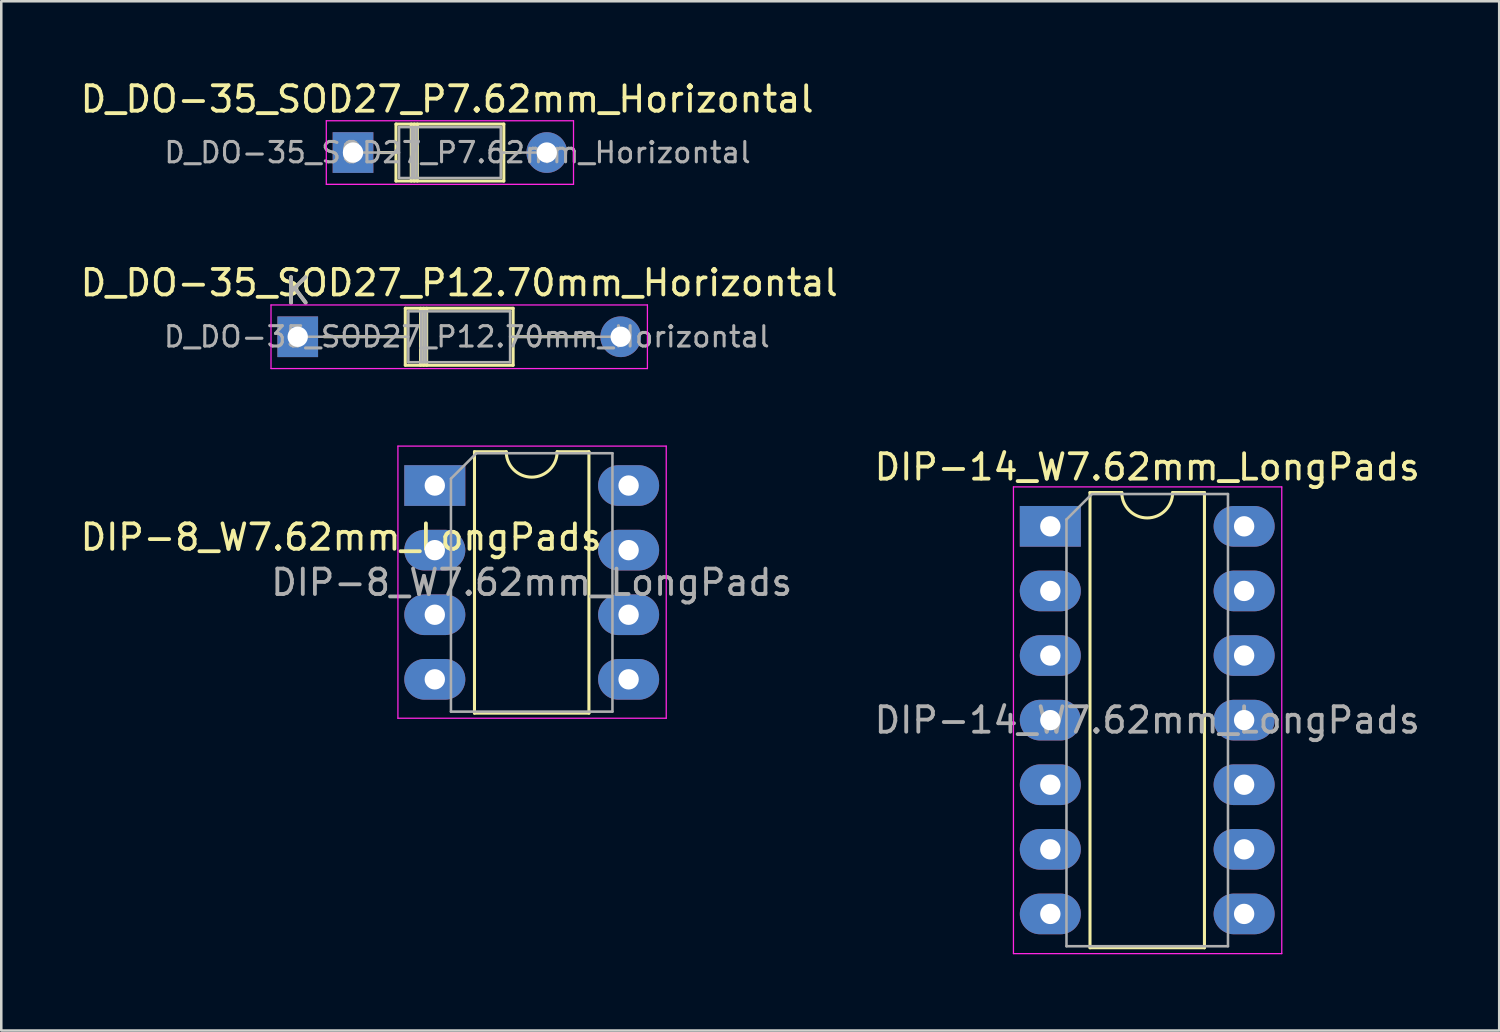
<source format=kicad_pcb>
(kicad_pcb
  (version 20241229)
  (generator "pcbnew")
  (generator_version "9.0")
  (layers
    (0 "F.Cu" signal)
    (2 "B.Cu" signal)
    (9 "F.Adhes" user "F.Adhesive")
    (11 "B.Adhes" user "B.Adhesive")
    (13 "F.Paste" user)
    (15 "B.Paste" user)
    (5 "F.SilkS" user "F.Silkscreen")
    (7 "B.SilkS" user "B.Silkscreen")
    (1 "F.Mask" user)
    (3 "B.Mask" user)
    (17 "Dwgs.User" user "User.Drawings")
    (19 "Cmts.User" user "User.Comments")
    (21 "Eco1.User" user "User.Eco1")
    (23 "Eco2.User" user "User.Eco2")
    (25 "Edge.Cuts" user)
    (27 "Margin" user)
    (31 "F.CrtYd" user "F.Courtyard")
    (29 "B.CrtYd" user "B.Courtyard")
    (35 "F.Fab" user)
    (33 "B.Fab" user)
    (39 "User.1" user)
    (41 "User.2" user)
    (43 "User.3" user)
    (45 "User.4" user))
  (footprint "DIP-8_W7.62mm_LongPads"
    (layer "F.Cu")
    (at 14.046 16.041)
    (property "Reference" "DIP-8_W7.62mm_LongPads" (at -3.683 2.032 0) (layer "F.SilkS") (effects (font (size 1 1) (thickness 0.15))))
    (attr through_hole)
    (fp_line (start 1.56 -1.33) (end 1.56 8.95) (stroke (width 0.12) (type solid)) (layer "F.SilkS"))
    (fp_line (start 1.56 8.95) (end 6.06 8.95) (stroke (width 0.12) (type solid)) (layer "F.SilkS"))
    (fp_line (start 2.81 -1.33) (end 1.56 -1.33) (stroke (width 0.12) (type solid)) (layer "F.SilkS"))
    (fp_line (start 6.06 -1.33) (end 4.81 -1.33) (stroke (width 0.12) (type solid)) (layer "F.SilkS"))
    (fp_line (start 6.06 8.95) (end 6.06 -1.33) (stroke (width 0.12) (type solid)) (layer "F.SilkS"))
    (fp_arc (start 4.81 -1.33) (mid 3.81 -0.33) (end 2.81 -1.33) (stroke (width 0.12) (type solid)) (layer "F.SilkS"))
    (fp_line (start -1.45 -1.55) (end -1.45 9.15) (stroke (width 0.05) (type solid)) (layer "F.CrtYd"))
    (fp_line (start -1.45 9.15) (end 9.1 9.15) (stroke (width 0.05) (type solid)) (layer "F.CrtYd"))
    (fp_line (start 9.1 -1.55) (end -1.45 -1.55) (stroke (width 0.05) (type solid)) (layer "F.CrtYd"))
    (fp_line (start 9.1 9.15) (end 9.1 -1.55) (stroke (width 0.05) (type solid)) (layer "F.CrtYd"))
    (fp_line (start 0.635 -0.27) (end 1.635 -1.27) (stroke (width 0.1) (type solid)) (layer "F.Fab"))
    (fp_line (start 0.635 8.89) (end 0.635 -0.27) (stroke (width 0.1) (type solid)) (layer "F.Fab"))
    (fp_line (start 1.635 -1.27) (end 6.985 -1.27) (stroke (width 0.1) (type solid)) (layer "F.Fab"))
    (fp_line (start 6.985 -1.27) (end 6.985 8.89) (stroke (width 0.1) (type solid)) (layer "F.Fab"))
    (fp_line (start 6.985 8.89) (end 0.635 8.89) (stroke (width 0.1) (type solid)) (layer "F.Fab"))
    (fp_text user "${REFERENCE}" (at 3.81 3.81 0) (layer "F.Fab") (effects (font (size 1 1) (thickness 0.15))))
    (pad "1" thru_hole rect (at 0 0) (size 2.4 1.6) (drill 0.8) (layers "*.Cu" "*.Mask"))
    (pad "2" thru_hole oval (at 0 2.54) (size 2.4 1.6) (drill 0.8) (layers "*.Cu" "*.Mask"))
    (pad "3" thru_hole oval (at 0 5.08) (size 2.4 1.6) (drill 0.8) (layers "*.Cu" "*.Mask"))
    (pad "4" thru_hole oval (at 0 7.62) (size 2.4 1.6) (drill 0.8) (layers "*.Cu" "*.Mask"))
    (pad "5" thru_hole oval (at 7.62 7.62) (size 2.4 1.6) (drill 0.8) (layers "*.Cu" "*.Mask"))
    (pad "6" thru_hole oval (at 7.62 5.08) (size 2.4 1.6) (drill 0.8) (layers "*.Cu" "*.Mask"))
    (pad "7" thru_hole oval (at 7.62 2.54) (size 2.4 1.6) (drill 0.8) (layers "*.Cu" "*.Mask"))
    (pad "8" thru_hole oval (at 7.62 0) (size 2.4 1.6) (drill 0.8) (layers "*.Cu" "*.Mask")))
  (footprint "D_DO-35_SOD27_P7.62mm_Horizontal"
    (layer "F.Cu")
    (at 10.83 2.948)
    (property "Reference" "D_DO-35_SOD27_P7.62mm_Horizontal" (at 3.7 -2.1 0) (layer "F.SilkS") (effects (font (size 1 1) (thickness 0.15))))
    (attr through_hole)
    (fp_line (start 1.04 0) (end 1.69 0) (stroke (width 0.12) (type solid)) (layer "F.SilkS"))
    (fp_line (start 1.69 -1.12) (end 1.69 1.12) (stroke (width 0.12) (type solid)) (layer "F.SilkS"))
    (fp_line (start 1.69 1.12) (end 5.93 1.12) (stroke (width 0.12) (type solid)) (layer "F.SilkS"))
    (fp_line (start 2.29 -1.12) (end 2.29 1.12) (stroke (width 0.12) (type solid)) (layer "F.SilkS"))
    (fp_line (start 2.41 -1.12) (end 2.41 1.12) (stroke (width 0.12) (type solid)) (layer "F.SilkS"))
    (fp_line (start 2.53 -1.12) (end 2.53 1.12) (stroke (width 0.12) (type solid)) (layer "F.SilkS"))
    (fp_line (start 5.93 -1.12) (end 1.69 -1.12) (stroke (width 0.12) (type solid)) (layer "F.SilkS"))
    (fp_line (start 5.93 1.12) (end 5.93 -1.12) (stroke (width 0.12) (type solid)) (layer "F.SilkS"))
    (fp_line (start 6.58 0) (end 5.93 0) (stroke (width 0.12) (type solid)) (layer "F.SilkS"))
    (fp_line (start -1.05 -1.25) (end -1.05 1.25) (stroke (width 0.05) (type solid)) (layer "F.CrtYd"))
    (fp_line (start -1.05 1.25) (end 8.67 1.25) (stroke (width 0.05) (type solid)) (layer "F.CrtYd"))
    (fp_line (start 8.67 -1.25) (end -1.05 -1.25) (stroke (width 0.05) (type solid)) (layer "F.CrtYd"))
    (fp_line (start 8.67 1.25) (end 8.67 -1.25) (stroke (width 0.05) (type solid)) (layer "F.CrtYd"))
    (fp_line (start 0 0) (end 1.81 0) (stroke (width 0.1) (type solid)) (layer "F.Fab"))
    (fp_line (start 1.81 -1) (end 1.81 1) (stroke (width 0.1) (type solid)) (layer "F.Fab"))
    (fp_line (start 1.81 1) (end 5.81 1) (stroke (width 0.1) (type solid)) (layer "F.Fab"))
    (fp_line (start 2.31 -1) (end 2.31 1) (stroke (width 0.1) (type solid)) (layer "F.Fab"))
    (fp_line (start 2.41 -1) (end 2.41 1) (stroke (width 0.1) (type solid)) (layer "F.Fab"))
    (fp_line (start 2.51 -1) (end 2.51 1) (stroke (width 0.1) (type solid)) (layer "F.Fab"))
    (fp_line (start 5.81 -1) (end 1.81 -1) (stroke (width 0.1) (type solid)) (layer "F.Fab"))
    (fp_line (start 5.81 1) (end 5.81 -1) (stroke (width 0.1) (type solid)) (layer "F.Fab"))
    (fp_line (start 7.62 0) (end 5.81 0) (stroke (width 0.1) (type solid)) (layer "F.Fab"))
    (fp_text user "${REFERENCE}" (at 4.11 0 0) (layer "F.Fab") (effects (font (size 0.8 0.8) (thickness 0.12))))
    (pad "1" thru_hole rect (at 0 0) (size 1.6 1.6) (drill 0.8) (layers "*.Cu" "*.Mask"))
    (pad "2" thru_hole oval (at 7.62 0) (size 1.6 1.6) (drill 0.8) (layers "*.Cu" "*.Mask")))
  (footprint "DIP-14_W7.62mm_LongPads"
    (layer "F.Cu")
    (at 38.248 17.645)
    (property "Reference" "DIP-14_W7.62mm_LongPads" (at 3.81 -2.33 0) (layer "F.SilkS") (effects (font (size 1 1) (thickness 0.15))))
    (attr through_hole)
    (fp_line (start 1.56 -1.33) (end 1.56 16.57) (stroke (width 0.12) (type solid)) (layer "F.SilkS"))
    (fp_line (start 1.56 16.57) (end 6.06 16.57) (stroke (width 0.12) (type solid)) (layer "F.SilkS"))
    (fp_line (start 2.81 -1.33) (end 1.56 -1.33) (stroke (width 0.12) (type solid)) (layer "F.SilkS"))
    (fp_line (start 6.06 -1.33) (end 4.81 -1.33) (stroke (width 0.12) (type solid)) (layer "F.SilkS"))
    (fp_line (start 6.06 16.57) (end 6.06 -1.33) (stroke (width 0.12) (type solid)) (layer "F.SilkS"))
    (fp_arc (start 4.81 -1.33) (mid 3.81 -0.33) (end 2.81 -1.33) (stroke (width 0.12) (type solid)) (layer "F.SilkS"))
    (fp_line (start -1.45 -1.55) (end -1.45 16.8) (stroke (width 0.05) (type solid)) (layer "F.CrtYd"))
    (fp_line (start -1.45 16.8) (end 9.1 16.8) (stroke (width 0.05) (type solid)) (layer "F.CrtYd"))
    (fp_line (start 9.1 -1.55) (end -1.45 -1.55) (stroke (width 0.05) (type solid)) (layer "F.CrtYd"))
    (fp_line (start 9.1 16.8) (end 9.1 -1.55) (stroke (width 0.05) (type solid)) (layer "F.CrtYd"))
    (fp_line (start 0.635 -0.27) (end 1.635 -1.27) (stroke (width 0.1) (type solid)) (layer "F.Fab"))
    (fp_line (start 0.635 16.51) (end 0.635 -0.27) (stroke (width 0.1) (type solid)) (layer "F.Fab"))
    (fp_line (start 1.635 -1.27) (end 6.985 -1.27) (stroke (width 0.1) (type solid)) (layer "F.Fab"))
    (fp_line (start 6.985 -1.27) (end 6.985 16.51) (stroke (width 0.1) (type solid)) (layer "F.Fab"))
    (fp_line (start 6.985 16.51) (end 0.635 16.51) (stroke (width 0.1) (type solid)) (layer "F.Fab"))
    (fp_text user "${REFERENCE}" (at 3.81 7.62 0) (layer "F.Fab") (effects (font (size 1 1) (thickness 0.15))))
    (pad "1" thru_hole rect (at 0 0) (size 2.4 1.6) (drill 0.8) (layers "*.Cu" "*.Mask"))
    (pad "2" thru_hole oval (at 0 2.54) (size 2.4 1.6) (drill 0.8) (layers "*.Cu" "*.Mask"))
    (pad "3" thru_hole oval (at 0 5.08) (size 2.4 1.6) (drill 0.8) (layers "*.Cu" "*.Mask"))
    (pad "4" thru_hole oval (at 0 7.62) (size 2.4 1.6) (drill 0.8) (layers "*.Cu" "*.Mask"))
    (pad "5" thru_hole oval (at 0 10.16) (size 2.4 1.6) (drill 0.8) (layers "*.Cu" "*.Mask"))
    (pad "6" thru_hole oval (at 0 12.7) (size 2.4 1.6) (drill 0.8) (layers "*.Cu" "*.Mask"))
    (pad "7" thru_hole oval (at 0 15.24) (size 2.4 1.6) (drill 0.8) (layers "*.Cu" "*.Mask"))
    (pad "8" thru_hole oval (at 7.62 15.24) (size 2.4 1.6) (drill 0.8) (layers "*.Cu" "*.Mask"))
    (pad "9" thru_hole oval (at 7.62 12.7) (size 2.4 1.6) (drill 0.8) (layers "*.Cu" "*.Mask"))
    (pad "10" thru_hole oval (at 7.62 10.16) (size 2.4 1.6) (drill 0.8) (layers "*.Cu" "*.Mask"))
    (pad "11" thru_hole oval (at 7.62 7.62) (size 2.4 1.6) (drill 0.8) (layers "*.Cu" "*.Mask"))
    (pad "12" thru_hole oval (at 7.62 5.08) (size 2.4 1.6) (drill 0.8) (layers "*.Cu" "*.Mask"))
    (pad "13" thru_hole oval (at 7.62 2.54) (size 2.4 1.6) (drill 0.8) (layers "*.Cu" "*.Mask"))
    (pad "14" thru_hole oval (at 7.62 0) (size 2.4 1.6) (drill 0.8) (layers "*.Cu" "*.Mask")))
  (footprint "D_DO-35_SOD27_P12.70mm_Horizontal"
    (layer "F.Cu")
    (at 8.656 10.191)
    (property "Reference" "D_DO-35_SOD27_P12.70mm_Horizontal" (at 6.35 -2.12 0) (layer "F.SilkS") (effects (font (size 1 1) (thickness 0.15))))
    (attr through_hole)
    (fp_line (start 1.04 0) (end 4.23 0) (stroke (width 0.12) (type solid)) (layer "F.SilkS"))
    (fp_line (start 4.23 -1.12) (end 4.23 1.12) (stroke (width 0.12) (type solid)) (layer "F.SilkS"))
    (fp_line (start 4.23 1.12) (end 8.47 1.12) (stroke (width 0.12) (type solid)) (layer "F.SilkS"))
    (fp_line (start 4.83 -1.12) (end 4.83 1.12) (stroke (width 0.12) (type solid)) (layer "F.SilkS"))
    (fp_line (start 4.95 -1.12) (end 4.95 1.12) (stroke (width 0.12) (type solid)) (layer "F.SilkS"))
    (fp_line (start 5.07 -1.12) (end 5.07 1.12) (stroke (width 0.12) (type solid)) (layer "F.SilkS"))
    (fp_line (start 8.47 -1.12) (end 4.23 -1.12) (stroke (width 0.12) (type solid)) (layer "F.SilkS"))
    (fp_line (start 8.47 1.12) (end 8.47 -1.12) (stroke (width 0.12) (type solid)) (layer "F.SilkS"))
    (fp_line (start 11.66 0) (end 8.47 0) (stroke (width 0.12) (type solid)) (layer "F.SilkS"))
    (fp_line (start -1.05 -1.25) (end -1.05 1.25) (stroke (width 0.05) (type solid)) (layer "F.CrtYd"))
    (fp_line (start -1.05 1.25) (end 13.75 1.25) (stroke (width 0.05) (type solid)) (layer "F.CrtYd"))
    (fp_line (start 13.75 -1.25) (end -1.05 -1.25) (stroke (width 0.05) (type solid)) (layer "F.CrtYd"))
    (fp_line (start 13.75 1.25) (end 13.75 -1.25) (stroke (width 0.05) (type solid)) (layer "F.CrtYd"))
    (fp_line (start 0 0) (end 4.35 0) (stroke (width 0.1) (type solid)) (layer "F.Fab"))
    (fp_line (start 4.35 -1) (end 4.35 1) (stroke (width 0.1) (type solid)) (layer "F.Fab"))
    (fp_line (start 4.35 1) (end 8.35 1) (stroke (width 0.1) (type solid)) (layer "F.Fab"))
    (fp_line (start 4.85 -1) (end 4.85 1) (stroke (width 0.1) (type solid)) (layer "F.Fab"))
    (fp_line (start 4.95 -1) (end 4.95 1) (stroke (width 0.1) (type solid)) (layer "F.Fab"))
    (fp_line (start 5.05 -1) (end 5.05 1) (stroke (width 0.1) (type solid)) (layer "F.Fab"))
    (fp_line (start 8.35 -1) (end 4.35 -1) (stroke (width 0.1) (type solid)) (layer "F.Fab"))
    (fp_line (start 8.35 1) (end 8.35 -1) (stroke (width 0.1) (type solid)) (layer "F.Fab"))
    (fp_line (start 12.7 0) (end 8.35 0) (stroke (width 0.1) (type solid)) (layer "F.Fab"))
    (fp_text user "K" (at 0 -1.8 0) (layer "F.SilkS") (effects (font (size 1 1) (thickness 0.15))))
    (fp_text user "K" (at 0 -1.8 0) (layer "F.Fab") (effects (font (size 1 1) (thickness 0.15))))
    (fp_text user "${REFERENCE}" (at 6.65 0 0) (layer "F.Fab") (effects (font (size 0.8 0.8) (thickness 0.12))))
    (pad "1" thru_hole rect (at 0 0) (size 1.6 1.6) (drill 0.8) (layers "*.Cu" "*.Mask"))
    (pad "2" thru_hole oval (at 12.7 0) (size 1.6 1.6) (drill 0.8) (layers "*.Cu" "*.Mask")))
  (gr_rect
    (start -3 -3)
    (end 55.898 37.47)
    (stroke (width 0.1) (type default))
    (fill no)
    (layer "Edge.Cuts")))
</source>
